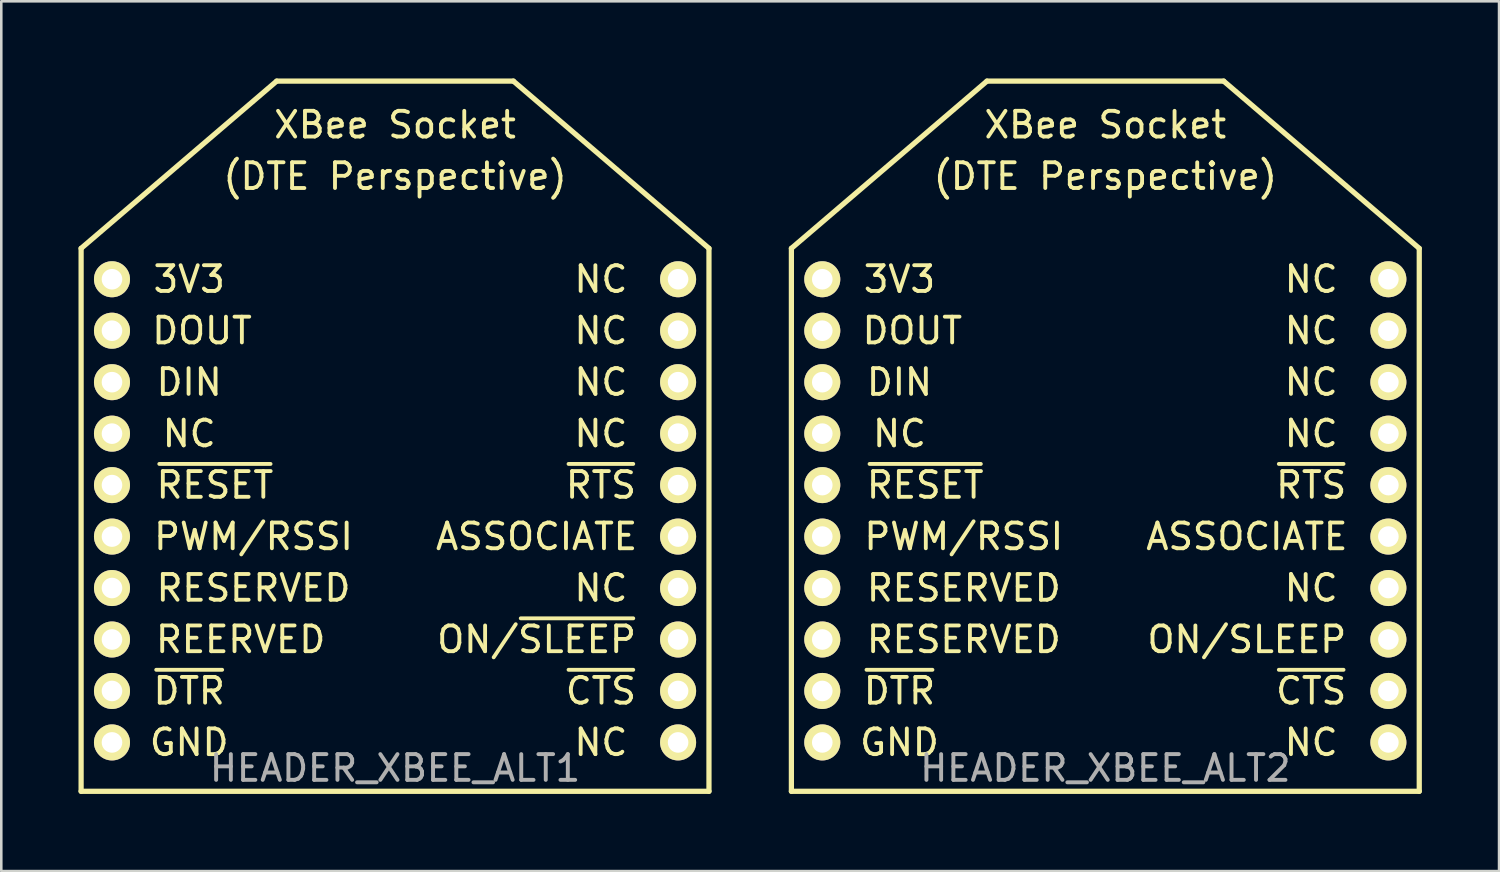
<source format=kicad_pcb>
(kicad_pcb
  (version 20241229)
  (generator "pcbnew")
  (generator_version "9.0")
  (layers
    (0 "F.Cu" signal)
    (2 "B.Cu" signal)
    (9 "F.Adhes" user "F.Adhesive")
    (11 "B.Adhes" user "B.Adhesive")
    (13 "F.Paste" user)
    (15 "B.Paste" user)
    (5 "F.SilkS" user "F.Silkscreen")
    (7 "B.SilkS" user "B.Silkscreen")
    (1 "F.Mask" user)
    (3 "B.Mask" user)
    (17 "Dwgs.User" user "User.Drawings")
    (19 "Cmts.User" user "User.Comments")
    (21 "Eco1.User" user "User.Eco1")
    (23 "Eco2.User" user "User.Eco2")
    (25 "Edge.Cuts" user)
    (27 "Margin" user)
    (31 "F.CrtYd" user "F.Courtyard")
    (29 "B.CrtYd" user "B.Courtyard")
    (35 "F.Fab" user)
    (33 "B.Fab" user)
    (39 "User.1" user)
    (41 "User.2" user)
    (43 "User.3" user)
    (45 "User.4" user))
  (footprint "HEADER_XBEE_ALT1"
    (layer "F.Cu")
    (at 12.302 15.802)
    (property "Reference" "HEADER_XBEE_ALT1" (at 0 11 0) (layer "F.Fab") (effects (font (size 1 1) (thickness 0.152))))
    (attr through_hole)
    (fp_line (start -12.2 -9.2) (end -4.6 -15.7) (stroke (width 0.203) (type solid)) (layer "F.SilkS"))
    (fp_line (start -12.2 11.9) (end -12.2 -9.2) (stroke (width 0.203) (type solid)) (layer "F.SilkS"))
    (fp_line (start -12.2 11.9) (end 12.2 11.9) (stroke (width 0.203) (type solid)) (layer "F.SilkS"))
    (fp_line (start -4.6 -15.7) (end 4.6 -15.7) (stroke (width 0.203) (type solid)) (layer "F.SilkS"))
    (fp_line (start 4.6 -15.7) (end 12.2 -9.2) (stroke (width 0.203) (type solid)) (layer "F.SilkS"))
    (fp_line (start 12.2 11.9) (end 12.2 -9.2) (stroke (width 0.203) (type solid)) (layer "F.SilkS"))
    (fp_text user "NC" (at -8 -2 0) (layer "F.SilkS") (effects (font (size 1 1) (thickness 0.15))))
    (fp_text user "NC" (at 8 10 0) (layer "F.SilkS") (effects (font (size 1 1) (thickness 0.15))))
    (fp_text user "3V3" (at -8 -8 0) (layer "F.SilkS") (effects (font (size 1 1) (thickness 0.15))))
    (fp_text user "PWM/RSSI" (at -5.5 2 0) (layer "F.SilkS") (effects (font (size 1 1) (thickness 0.15))))
    (fp_text user "NC" (at 8 -6 0) (layer "F.SilkS") (effects (font (size 1 1) (thickness 0.15))))
    (fp_text user "NC" (at 8 -2 0) (layer "F.SilkS") (effects (font (size 1 1) (thickness 0.15))))
    (fp_text user "~{RESET}" (at -7 0 0) (layer "F.SilkS") (effects (font (size 1 1) (thickness 0.15))))
    (fp_text user "~{CTS}" (at 8 8 0) (layer "F.SilkS") (effects (font (size 1 1) (thickness 0.15))))
    (fp_text user "ASSOCIATE" (at 5.5 2 0) (layer "F.SilkS") (effects (font (size 1 1) (thickness 0.15))))
    (fp_text user "DOUT" (at -7.5 -6 0) (layer "F.SilkS") (effects (font (size 1 1) (thickness 0.15))))
    (fp_text user "(DTE Perspective)" (at 0 -12 0) (layer "F.SilkS") (effects (font (size 1 1) (thickness 0.15))))
    (fp_text user "GND" (at -8 10 0) (layer "F.SilkS") (effects (font (size 1 1) (thickness 0.15))))
    (fp_text user "RESERVED" (at -5.5 4 0) (layer "F.SilkS") (effects (font (size 1 1) (thickness 0.15))))
    (fp_text user "NC" (at 8 4 0) (layer "F.SilkS") (effects (font (size 1 1) (thickness 0.15))))
    (fp_text user "ON/~{SLEEP}" (at 5.5 6 0) (layer "F.SilkS") (effects (font (size 1 1) (thickness 0.15))))
    (fp_text user "~{RTS}" (at 8 0 0) (layer "F.SilkS") (effects (font (size 1 1) (thickness 0.15))))
    (fp_text user "XBee Socket" (at 0 -14 0) (layer "F.SilkS") (effects (font (size 1 1) (thickness 0.15))))
    (fp_text user "DIN" (at -8 -4 0) (layer "F.SilkS") (effects (font (size 1 1) (thickness 0.15))))
    (fp_text user "~{DTR}" (at -8 8 0) (layer "F.SilkS") (effects (font (size 1 1) (thickness 0.15))))
    (fp_text user "NC" (at 8 -4 0) (layer "F.SilkS") (effects (font (size 1 1) (thickness 0.15))))
    (fp_text user "REERVED" (at -6 6 0) (layer "F.SilkS") (effects (font (size 1 1) (thickness 0.15))))
    (fp_text user "NC" (at 8 -8 0) (layer "F.SilkS") (effects (font (size 1 1) (thickness 0.15))))
    (pad "1" thru_hole circle (at -11 -8) (size 1.4 1.4) (drill 0.8) (layers "*.Cu" "*.Mask" "F.SilkS"))
    (pad "2" thru_hole circle (at -11 -6) (size 1.4 1.4) (drill 0.8) (layers "*.Cu" "*.Mask" "F.SilkS"))
    (pad "3" thru_hole circle (at -11 -4) (size 1.4 1.4) (drill 0.8) (layers "*.Cu" "*.Mask" "F.SilkS"))
    (pad "4" thru_hole circle (at -11 -2) (size 1.4 1.4) (drill 0.8) (layers "*.Cu" "*.Mask" "F.SilkS"))
    (pad "5" thru_hole circle (at -11 0) (size 1.4 1.4) (drill 0.8) (layers "*.Cu" "*.Mask" "F.SilkS"))
    (pad "6" thru_hole circle (at -11 2) (size 1.4 1.4) (drill 0.8) (layers "*.Cu" "*.Mask" "F.SilkS"))
    (pad "7" thru_hole circle (at -11 4) (size 1.4 1.4) (drill 0.8) (layers "*.Cu" "*.Mask" "F.SilkS"))
    (pad "8" thru_hole circle (at -11 6) (size 1.4 1.4) (drill 0.8) (layers "*.Cu" "*.Mask" "F.SilkS"))
    (pad "9" thru_hole circle (at -11 8) (size 1.4 1.4) (drill 0.8) (layers "*.Cu" "*.Mask" "F.SilkS"))
    (pad "10" thru_hole circle (at -11 10) (size 1.4 1.4) (drill 0.8) (layers "*.Cu" "*.Mask" "F.SilkS"))
    (pad "11" thru_hole circle (at 11 10) (size 1.4 1.4) (drill 0.8) (layers "*.Cu" "*.Mask" "F.SilkS"))
    (pad "12" thru_hole circle (at 11 8) (size 1.4 1.4) (drill 0.8) (layers "*.Cu" "*.Mask" "F.SilkS"))
    (pad "13" thru_hole circle (at 11 6) (size 1.4 1.4) (drill 0.8) (layers "*.Cu" "*.Mask" "F.SilkS"))
    (pad "14" thru_hole circle (at 11 4) (size 1.4 1.4) (drill 0.8) (layers "*.Cu" "*.Mask" "F.SilkS"))
    (pad "15" thru_hole circle (at 11 2) (size 1.4 1.4) (drill 0.8) (layers "*.Cu" "*.Mask" "F.SilkS"))
    (pad "16" thru_hole circle (at 11 0) (size 1.4 1.4) (drill 0.8) (layers "*.Cu" "*.Mask" "F.SilkS"))
    (pad "17" thru_hole circle (at 11 -2) (size 1.4 1.4) (drill 0.8) (layers "*.Cu" "*.Mask" "F.SilkS"))
    (pad "18" thru_hole circle (at 11 -4) (size 1.4 1.4) (drill 0.8) (layers "*.Cu" "*.Mask" "F.SilkS"))
    (pad "19" thru_hole circle (at 11 -6) (size 1.4 1.4) (drill 0.8) (layers "*.Cu" "*.Mask" "F.SilkS"))
    (pad "20" thru_hole circle (at 11 -8) (size 1.4 1.4) (drill 0.8) (layers "*.Cu" "*.Mask" "F.SilkS")))
  (footprint "HEADER_XBEE_ALT2"
    (layer "F.Cu")
    (at 39.905 15.802)
    (property "Reference" "HEADER_XBEE_ALT2" (at 0 11 0) (layer "F.Fab") (effects (font (size 1 1) (thickness 0.152))))
    (attr through_hole)
    (fp_line (start -12.2 -9.2) (end -4.6 -15.7) (stroke (width 0.203) (type solid)) (layer "F.SilkS"))
    (fp_line (start -12.2 11.9) (end -12.2 -9.2) (stroke (width 0.203) (type solid)) (layer "F.SilkS"))
    (fp_line (start -12.2 11.9) (end 12.2 11.9) (stroke (width 0.203) (type solid)) (layer "F.SilkS"))
    (fp_line (start -4.6 -15.7) (end 4.6 -15.7) (stroke (width 0.203) (type solid)) (layer "F.SilkS"))
    (fp_line (start 4.6 -15.7) (end 12.2 -9.2) (stroke (width 0.203) (type solid)) (layer "F.SilkS"))
    (fp_line (start 12.2 11.9) (end 12.2 -9.2) (stroke (width 0.203) (type solid)) (layer "F.SilkS"))
    (fp_text user "NC" (at 8 -2 0) (layer "F.SilkS") (effects (font (size 1 1) (thickness 0.15))))
    (fp_text user "PWM/RSSI" (at -5.5 2 0) (layer "F.SilkS") (effects (font (size 1 1) (thickness 0.15))))
    (fp_text user "3V3" (at -8 -8 0) (layer "F.SilkS") (effects (font (size 1 1) (thickness 0.15))))
    (fp_text user "GND" (at -8 10 0) (layer "F.SilkS") (effects (font (size 1 1) (thickness 0.15))))
    (fp_text user "~{DTR}" (at -8 8 0) (layer "F.SilkS") (effects (font (size 1 1) (thickness 0.15))))
    (fp_text user "ON/SLEEP" (at 5.5 6 0) (layer "F.SilkS") (effects (font (size 1 1) (thickness 0.15))))
    (fp_text user "NC" (at 8 -6 0) (layer "F.SilkS") (effects (font (size 1 1) (thickness 0.15))))
    (fp_text user "DIN" (at -8 -4 0) (layer "F.SilkS") (effects (font (size 1 1) (thickness 0.15))))
    (fp_text user "~{RTS}" (at 8 0 0) (layer "F.SilkS") (effects (font (size 1 1) (thickness 0.15))))
    (fp_text user "NC" (at 8 -4 0) (layer "F.SilkS") (effects (font (size 1 1) (thickness 0.15))))
    (fp_text user "(DTE Perspective)" (at 0 -12 0) (layer "F.SilkS") (effects (font (size 1 1) (thickness 0.15))))
    (fp_text user "XBee Socket" (at 0 -14 0) (layer "F.SilkS") (effects (font (size 1 1) (thickness 0.15))))
    (fp_text user "ASSOCIATE" (at 5.5 2 0) (layer "F.SilkS") (effects (font (size 1 1) (thickness 0.15))))
    (fp_text user "~{CTS}" (at 8 8 0) (layer "F.SilkS") (effects (font (size 1 1) (thickness 0.15))))
    (fp_text user "RESERVED" (at -5.5 4 0) (layer "F.SilkS") (effects (font (size 1 1) (thickness 0.15))))
    (fp_text user "RESERVED" (at -5.5 6 0) (layer "F.SilkS") (effects (font (size 1 1) (thickness 0.15))))
    (fp_text user "~{RESET}" (at -7 0 0) (layer "F.SilkS") (effects (font (size 1 1) (thickness 0.15))))
    (fp_text user "NC" (at 8 4 0) (layer "F.SilkS") (effects (font (size 1 1) (thickness 0.15))))
    (fp_text user "NC" (at 8 10 0) (layer "F.SilkS") (effects (font (size 1 1) (thickness 0.15))))
    (fp_text user "NC" (at -8 -2 0) (layer "F.SilkS") (effects (font (size 1 1) (thickness 0.15))))
    (fp_text user "NC" (at 8 -8 0) (layer "F.SilkS") (effects (font (size 1 1) (thickness 0.15))))
    (fp_text user "DOUT" (at -7.5 -6 0) (layer "F.SilkS") (effects (font (size 1 1) (thickness 0.15))))
    (pad "1" thru_hole circle (at -11 -8) (size 1.4 1.4) (drill 0.8) (layers "*.Cu" "*.Mask" "F.SilkS"))
    (pad "2" thru_hole circle (at -11 -6) (size 1.4 1.4) (drill 0.8) (layers "*.Cu" "*.Mask" "F.SilkS"))
    (pad "3" thru_hole circle (at -11 -4) (size 1.4 1.4) (drill 0.8) (layers "*.Cu" "*.Mask" "F.SilkS"))
    (pad "4" thru_hole circle (at -11 -2) (size 1.4 1.4) (drill 0.8) (layers "*.Cu" "*.Mask" "F.SilkS"))
    (pad "5" thru_hole circle (at -11 0) (size 1.4 1.4) (drill 0.8) (layers "*.Cu" "*.Mask" "F.SilkS"))
    (pad "6" thru_hole circle (at -11 2) (size 1.4 1.4) (drill 0.8) (layers "*.Cu" "*.Mask" "F.SilkS"))
    (pad "7" thru_hole circle (at -11 4) (size 1.4 1.4) (drill 0.8) (layers "*.Cu" "*.Mask" "F.SilkS"))
    (pad "8" thru_hole circle (at -11 6) (size 1.4 1.4) (drill 0.8) (layers "*.Cu" "*.Mask" "F.SilkS"))
    (pad "9" thru_hole circle (at -11 8) (size 1.4 1.4) (drill 0.8) (layers "*.Cu" "*.Mask" "F.SilkS"))
    (pad "10" thru_hole circle (at -11 10) (size 1.4 1.4) (drill 0.8) (layers "*.Cu" "*.Mask" "F.SilkS"))
    (pad "11" thru_hole circle (at 11 10) (size 1.4 1.4) (drill 0.8) (layers "*.Cu" "*.Mask" "F.SilkS"))
    (pad "12" thru_hole circle (at 11 8) (size 1.4 1.4) (drill 0.8) (layers "*.Cu" "*.Mask" "F.SilkS"))
    (pad "13" thru_hole circle (at 11 6) (size 1.4 1.4) (drill 0.8) (layers "*.Cu" "*.Mask" "F.SilkS"))
    (pad "14" thru_hole circle (at 11 4) (size 1.4 1.4) (drill 0.8) (layers "*.Cu" "*.Mask" "F.SilkS"))
    (pad "15" thru_hole circle (at 11 2) (size 1.4 1.4) (drill 0.8) (layers "*.Cu" "*.Mask" "F.SilkS"))
    (pad "16" thru_hole circle (at 11 0) (size 1.4 1.4) (drill 0.8) (layers "*.Cu" "*.Mask" "F.SilkS"))
    (pad "17" thru_hole circle (at 11 -2) (size 1.4 1.4) (drill 0.8) (layers "*.Cu" "*.Mask" "F.SilkS"))
    (pad "18" thru_hole circle (at 11 -4) (size 1.4 1.4) (drill 0.8) (layers "*.Cu" "*.Mask" "F.SilkS"))
    (pad "19" thru_hole circle (at 11 -6) (size 1.4 1.4) (drill 0.8) (layers "*.Cu" "*.Mask" "F.SilkS"))
    (pad "20" thru_hole circle (at 11 -8) (size 1.4 1.4) (drill 0.8) (layers "*.Cu" "*.Mask" "F.SilkS")))
  (gr_rect
    (start -3 -3)
    (end 55.206 30.803)
    (stroke (width 0.1) (type default))
    (fill no)
    (layer "Edge.Cuts")))
</source>
